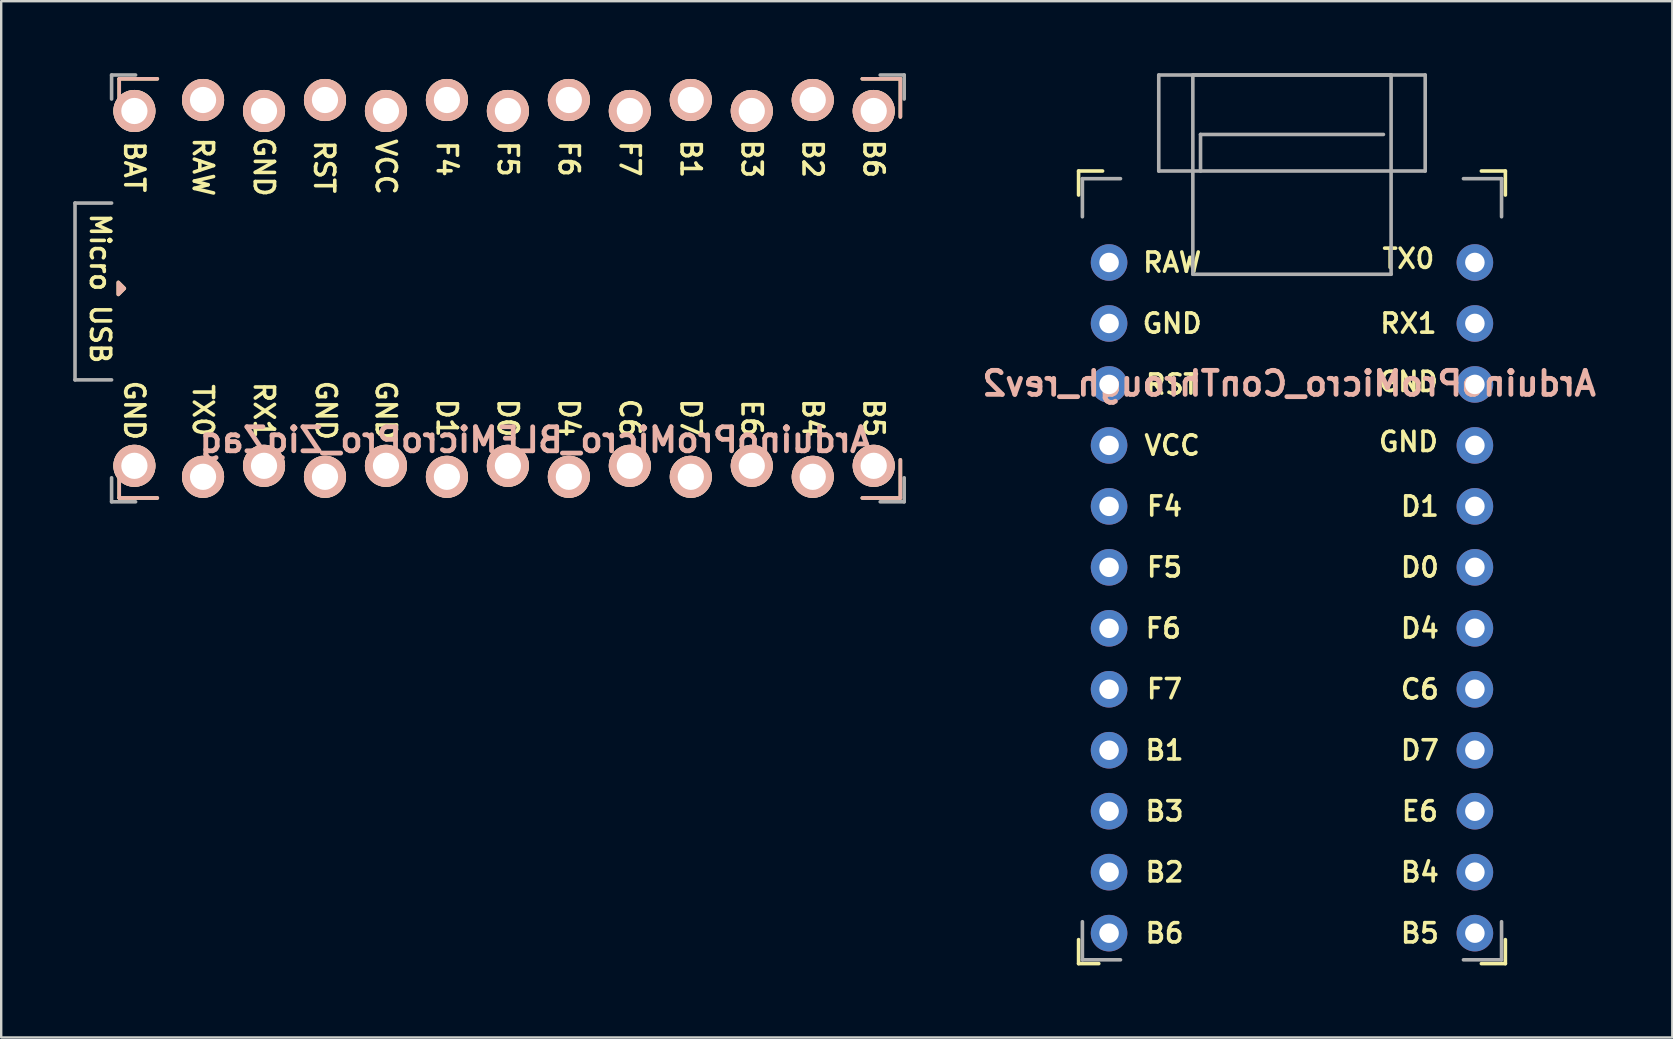
<source format=kicad_pcb>
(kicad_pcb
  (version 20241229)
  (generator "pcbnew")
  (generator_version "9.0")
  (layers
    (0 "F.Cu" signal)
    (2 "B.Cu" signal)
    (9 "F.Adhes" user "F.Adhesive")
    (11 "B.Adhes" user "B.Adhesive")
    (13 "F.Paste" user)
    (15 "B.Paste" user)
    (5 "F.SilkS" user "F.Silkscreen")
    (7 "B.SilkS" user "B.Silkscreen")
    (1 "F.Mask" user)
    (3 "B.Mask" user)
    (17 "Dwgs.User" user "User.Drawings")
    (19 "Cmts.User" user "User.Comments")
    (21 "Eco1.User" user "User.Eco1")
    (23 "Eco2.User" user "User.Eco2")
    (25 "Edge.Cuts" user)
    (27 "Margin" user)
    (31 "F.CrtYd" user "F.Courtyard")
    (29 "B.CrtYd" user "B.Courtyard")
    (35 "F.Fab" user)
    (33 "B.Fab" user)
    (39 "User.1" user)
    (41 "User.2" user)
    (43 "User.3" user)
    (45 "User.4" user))
  (footprint "ArduinoProMicro_BLEMicroPro_ZigZag"
    (layer "F.Cu")
    (at 19.379 8.965)
    (property "Reference" "ArduinoProMicro_BLEMicroPro_ZigZag" (at -0.118 6.312 0) (layer "B.SilkS") (effects (font (size 1 1) (thickness 0.2)) (justify mirror)))
    (attr through_hole)
    (fp_line (start -17.462 -8.731) (end -17.462 -7.144) (stroke (width 0.15) (type solid)) (layer "F.SilkS"))
    (fp_line (start -17.462 7.144) (end -17.462 8.731) (stroke (width 0.15) (type solid)) (layer "F.SilkS"))
    (fp_line (start -17.462 8.731) (end -15.875 8.731) (stroke (width 0.15) (type solid)) (layer "F.SilkS"))
    (fp_line (start -15.875 -8.731) (end -17.462 -8.731) (stroke (width 0.15) (type solid)) (layer "F.SilkS"))
    (fp_line (start 15.081 -8.731) (end 13.494 -8.731) (stroke (width 0.15) (type solid)) (layer "F.SilkS"))
    (fp_line (start 15.081 -7.144) (end 15.081 -8.731) (stroke (width 0.15) (type solid)) (layer "F.SilkS"))
    (fp_line (start 15.081 7.144) (end 15.081 8.731) (stroke (width 0.15) (type solid)) (layer "F.SilkS"))
    (fp_line (start 15.081 8.731) (end 13.494 8.731) (stroke (width 0.15) (type solid)) (layer "F.SilkS"))
    (fp_poly (pts (xy -17.5 -0.25) (xy -17.5 0.25) (xy -17.25 0)) (stroke (width 0.15) (type solid)) (fill yes) (layer "F.SilkS"))
    (fp_line (start -17.462 -8.731) (end -17.462 -7.144) (stroke (width 0.15) (type solid)) (layer "B.SilkS"))
    (fp_line (start -17.462 7.144) (end -17.462 8.731) (stroke (width 0.15) (type solid)) (layer "B.SilkS"))
    (fp_line (start -17.462 8.731) (end -15.875 8.731) (stroke (width 0.15) (type solid)) (layer "B.SilkS"))
    (fp_line (start -15.875 -8.731) (end -17.462 -8.731) (stroke (width 0.15) (type solid)) (layer "B.SilkS"))
    (fp_line (start 13.494 8.731) (end 15.081 8.731) (stroke (width 0.15) (type solid)) (layer "B.SilkS"))
    (fp_line (start 15.081 -8.731) (end 13.494 -8.731) (stroke (width 0.15) (type solid)) (layer "B.SilkS"))
    (fp_line (start 15.081 -7.144) (end 15.081 -8.731) (stroke (width 0.15) (type solid)) (layer "B.SilkS"))
    (fp_line (start 15.081 8.731) (end 15.081 7.144) (stroke (width 0.15) (type solid)) (layer "B.SilkS"))
    (fp_poly (pts (xy -17.5 -0.25) (xy -17.5 0.25) (xy -17.25 0)) (stroke (width 0.15) (type solid)) (fill yes) (layer "B.SilkS"))
    (fp_line (start -19.304 -3.556) (end -17.78 -3.556) (stroke (width 0.15) (type solid)) (layer "F.Fab"))
    (fp_line (start -19.304 3.81) (end -19.304 -3.556) (stroke (width 0.15) (type solid)) (layer "F.Fab"))
    (fp_line (start -17.78 -8.89) (end -17.78 -7.89) (stroke (width 0.15) (type solid)) (layer "F.Fab"))
    (fp_line (start -17.78 -8.89) (end -16.78 -8.89) (stroke (width 0.15) (type solid)) (layer "F.Fab"))
    (fp_line (start -17.78 3.81) (end -19.304 3.81) (stroke (width 0.15) (type solid)) (layer "F.Fab"))
    (fp_line (start -17.78 7.89) (end -17.78 8.89) (stroke (width 0.15) (type solid)) (layer "F.Fab"))
    (fp_line (start -17.78 8.89) (end -16.78 8.89) (stroke (width 0.15) (type solid)) (layer "F.Fab"))
    (fp_line (start 15.24 -8.89) (end 14.24 -8.89) (stroke (width 0.15) (type solid)) (layer "F.Fab"))
    (fp_line (start 15.24 -8.89) (end 15.24 -7.89) (stroke (width 0.15) (type solid)) (layer "F.Fab"))
    (fp_line (start 15.24 8.89) (end 14.24 8.89) (stroke (width 0.15) (type solid)) (layer "F.Fab"))
    (fp_line (start 15.24 8.89) (end 15.24 7.89) (stroke (width 0.15) (type solid)) (layer "F.Fab"))
    (fp_text user "F7" (at 3.81 -5.397 270) (unlocked yes) (layer "F.SilkS") (effects (font (size 0.8 0.8) (thickness 0.15))))
    (fp_text user "Micro USB" (at -18.256 0 270) (unlocked yes) (layer "F.SilkS") (effects (font (size 0.8 0.8) (thickness 0.15))))
    (fp_text user "B4" (at 11.43 5.397 270) (unlocked yes) (layer "F.SilkS") (effects (font (size 0.8 0.8) (thickness 0.15))))
    (fp_text user "F6" (at 1.27 -5.397 270) (unlocked yes) (layer "F.SilkS") (effects (font (size 0.8 0.8) (thickness 0.15))))
    (fp_text user "E6" (at 8.89 5.397 270) (unlocked yes) (layer "F.SilkS") (effects (font (size 0.8 0.8) (thickness 0.15))))
    (fp_text user "GND" (at -11.43 -5.062 270) (unlocked yes) (layer "F.SilkS") (effects (font (size 0.8 0.8) (thickness 0.15))))
    (fp_text user "F4" (at -3.81 -5.397 270) (unlocked yes) (layer "F.SilkS") (effects (font (size 0.8 0.8) (thickness 0.15))))
    (fp_text user "B5" (at 13.97 5.397 270) (unlocked yes) (layer "F.SilkS") (effects (font (size 0.8 0.8) (thickness 0.15))))
    (fp_text user "RX1" (at -11.43 5.08 270) (unlocked yes) (layer "F.SilkS") (effects (font (size 0.8 0.8) (thickness 0.15))))
    (fp_text user "B6" (at 13.97 -5.397 270) (unlocked yes) (layer "F.SilkS") (effects (font (size 0.8 0.8) (thickness 0.15))))
    (fp_text user "D0" (at -1.27 5.397 270) (unlocked yes) (layer "F.SilkS") (effects (font (size 0.8 0.8) (thickness 0.15))))
    (fp_text user "RST" (at -8.92 -5.062 270) (unlocked yes) (layer "F.SilkS") (effects (font (size 0.8 0.8) (thickness 0.15))))
    (fp_text user "BAT" (at -16.83 -5.062 270) (unlocked yes) (layer "F.SilkS") (effects (font (size 0.8 0.8) (thickness 0.15))))
    (fp_text user "B2" (at 11.43 -5.397 270) (unlocked yes) (layer "F.SilkS") (effects (font (size 0.8 0.8) (thickness 0.15))))
    (fp_text user "C6" (at 3.81 5.397 270) (unlocked yes) (layer "F.SilkS") (effects (font (size 0.8 0.8) (thickness 0.15))))
    (fp_text user "VCC" (at -6.35 -5.062 270) (unlocked yes) (layer "F.SilkS") (effects (font (size 0.8 0.8) (thickness 0.15))))
    (fp_text user "D1" (at -3.81 5.397 270) (unlocked yes) (layer "F.SilkS") (effects (font (size 0.8 0.8) (thickness 0.15))))
    (fp_text user "RAW" (at -13.97 -5.062 270) (unlocked yes) (layer "F.SilkS") (effects (font (size 0.8 0.8) (thickness 0.15))))
    (fp_text user "B1" (at 6.35 -5.397 270) (unlocked yes) (layer "F.SilkS") (effects (font (size 0.8 0.8) (thickness 0.15))))
    (fp_text user "D7" (at 6.35 5.397 270) (unlocked yes) (layer "F.SilkS") (effects (font (size 0.8 0.8) (thickness 0.15))))
    (fp_text user "GND" (at -6.35 5.08 270) (unlocked yes) (layer "F.SilkS") (effects (font (size 0.8 0.8) (thickness 0.15))))
    (fp_text user "D4" (at 1.27 5.397 270) (unlocked yes) (layer "F.SilkS") (effects (font (size 0.8 0.8) (thickness 0.15))))
    (fp_text user "GND" (at -8.849 5.08 270) (unlocked yes) (layer "F.SilkS") (effects (font (size 0.8 0.8) (thickness 0.15))))
    (fp_text user "B3" (at 8.89 -5.397 270) (unlocked yes) (layer "F.SilkS") (effects (font (size 0.8 0.8) (thickness 0.15))))
    (fp_text user "TX0" (at -13.97 5.08 270) (unlocked yes) (layer "F.SilkS") (effects (font (size 0.8 0.8) (thickness 0.15))))
    (fp_text user "F5" (at -1.27 -5.397 270) (unlocked yes) (layer "F.SilkS") (effects (font (size 0.8 0.8) (thickness 0.15))))
    (fp_text user "GND" (at -16.83 5.08 270) (unlocked yes) (layer "F.SilkS") (effects (font (size 0.8 0.8) (thickness 0.15))))
    (pad "0" thru_hole circle (at -16.83 7.391) (size 1.753 1.753) (drill 1.092) (layers "*.Cu" "*.SilkS" "*.Mask"))
    (pad "1" thru_hole circle (at -13.97 7.849) (size 1.753 1.753) (drill 1.092) (layers "*.Cu" "*.SilkS" "*.Mask"))
    (pad "2" thru_hole circle (at -11.43 7.391) (size 1.753 1.753) (drill 1.092) (layers "*.Cu" "*.SilkS" "*.Mask"))
    (pad "3" thru_hole circle (at -8.89 7.849) (size 1.753 1.753) (drill 1.092) (layers "*.Cu" "*.SilkS" "*.Mask"))
    (pad "4" thru_hole circle (at -6.35 7.391) (size 1.753 1.753) (drill 1.092) (layers "*.Cu" "*.SilkS" "*.Mask"))
    (pad "5" thru_hole circle (at -3.81 7.849) (size 1.753 1.753) (drill 1.092) (layers "*.Cu" "*.SilkS" "*.Mask"))
    (pad "6" thru_hole circle (at -1.27 7.391) (size 1.753 1.753) (drill 1.092) (layers "*.Cu" "*.SilkS" "*.Mask"))
    (pad "7" thru_hole circle (at 1.27 7.849) (size 1.753 1.753) (drill 1.092) (layers "*.Cu" "*.SilkS" "*.Mask"))
    (pad "8" thru_hole circle (at 3.81 7.391) (size 1.753 1.753) (drill 1.092) (layers "*.Cu" "*.SilkS" "*.Mask"))
    (pad "9" thru_hole circle (at 6.35 7.849) (size 1.753 1.753) (drill 1.092) (layers "*.Cu" "*.SilkS" "*.Mask"))
    (pad "10" thru_hole circle (at 8.89 7.391) (size 1.753 1.753) (drill 1.092) (layers "*.Cu" "*.SilkS" "*.Mask"))
    (pad "11" thru_hole circle (at 11.43 7.849) (size 1.753 1.753) (drill 1.092) (layers "*.Cu" "*.SilkS" "*.Mask"))
    (pad "12" thru_hole circle (at 13.97 7.391) (size 1.753 1.753) (drill 1.092) (layers "*.Cu" "*.SilkS" "*.Mask"))
    (pad "13" thru_hole circle (at 13.97 -7.391) (size 1.753 1.753) (drill 1.092) (layers "*.Cu" "*.SilkS" "*.Mask"))
    (pad "14" thru_hole circle (at 11.43 -7.849) (size 1.753 1.753) (drill 1.092) (layers "*.Cu" "*.SilkS" "*.Mask"))
    (pad "15" thru_hole circle (at 8.89 -7.391) (size 1.753 1.753) (drill 1.092) (layers "*.Cu" "*.SilkS" "*.Mask"))
    (pad "16" thru_hole circle (at 6.35 -7.849) (size 1.753 1.753) (drill 1.092) (layers "*.Cu" "*.SilkS" "*.Mask"))
    (pad "17" thru_hole circle (at 3.81 -7.391) (size 1.753 1.753) (drill 1.092) (layers "*.Cu" "*.SilkS" "*.Mask"))
    (pad "18" thru_hole circle (at 1.27 -7.849) (size 1.753 1.753) (drill 1.092) (layers "*.Cu" "*.SilkS" "*.Mask"))
    (pad "19" thru_hole circle (at -1.27 -7.391) (size 1.753 1.753) (drill 1.092) (layers "*.Cu" "*.SilkS" "*.Mask"))
    (pad "20" thru_hole circle (at -3.81 -7.849) (size 1.753 1.753) (drill 1.092) (layers "*.Cu" "*.SilkS" "*.Mask"))
    (pad "21" thru_hole circle (at -6.35 -7.391) (size 1.753 1.753) (drill 1.092) (layers "*.Cu" "*.SilkS" "*.Mask"))
    (pad "22" thru_hole circle (at -8.89 -7.849) (size 1.753 1.753) (drill 1.092) (layers "*.Cu" "*.SilkS" "*.Mask"))
    (pad "23" thru_hole circle (at -11.43 -7.391) (size 1.753 1.753) (drill 1.092) (layers "*.Cu" "*.SilkS" "*.Mask"))
    (pad "24" thru_hole circle (at -13.97 -7.849) (size 1.753 1.753) (drill 1.092) (layers "*.Cu" "*.SilkS" "*.Mask"))
    (pad "25" thru_hole circle (at -16.83 -7.391) (size 1.753 1.753) (drill 1.092) (layers "*.Cu" "*.SilkS" "*.Mask")))
  (footprint "ArduinoProMicro_ConThrough_rev2"
    (layer "F.Cu")
    (at 50.774 21.855)
    (property "Reference" "ArduinoProMicro_ConThrough_rev2" (at -0.118 -8.928 0) (layer "B.SilkS") (effects (font (size 1 1) (thickness 0.2)) (justify mirror)))
    (fp_line (start -8.89 -17.78) (end -8.89 -16.78) (stroke (width 0.15) (type solid)) (layer "F.SilkS"))
    (fp_line (start -8.89 15.24) (end -8.89 14.24) (stroke (width 0.15) (type solid)) (layer "F.SilkS"))
    (fp_line (start -8.89 15.24) (end -8.049 15.24) (stroke (width 0.15) (type solid)) (layer "F.SilkS"))
    (fp_line (start -7.89 -17.78) (end -8.89 -17.78) (stroke (width 0.15) (type solid)) (layer "F.SilkS"))
    (fp_line (start 8.89 -17.78) (end 7.89 -17.78) (stroke (width 0.15) (type solid)) (layer "F.SilkS"))
    (fp_line (start 8.89 -17.78) (end 8.89 -16.78) (stroke (width 0.15) (type solid)) (layer "F.SilkS"))
    (fp_line (start 8.89 15.24) (end 7.89 15.24) (stroke (width 0.15) (type solid)) (layer "F.SilkS"))
    (fp_line (start 8.89 15.24) (end 8.89 14.24) (stroke (width 0.15) (type solid)) (layer "F.SilkS"))
    (fp_line (start -8.731 -17.462) (end -8.731 -15.875) (stroke (width 0.15) (type solid)) (layer "F.Fab"))
    (fp_line (start -8.731 15.081) (end -8.731 13.494) (stroke (width 0.15) (type solid)) (layer "F.Fab"))
    (fp_line (start -7.144 -17.462) (end -8.731 -17.462) (stroke (width 0.15) (type solid)) (layer "F.Fab"))
    (fp_line (start -7.144 15.081) (end -8.731 15.081) (stroke (width 0.15) (type solid)) (layer "F.Fab"))
    (fp_line (start -5.55 -21.78) (end 5.55 -21.78) (stroke (width 0.15) (type solid)) (layer "F.Fab"))
    (fp_line (start -5.55 -17.78) (end -5.55 -21.78) (stroke (width 0.15) (type solid)) (layer "F.Fab"))
    (fp_line (start -5.55 -17.78) (end 5.55 -17.78) (stroke (width 0.15) (type solid)) (layer "F.Fab"))
    (fp_line (start -4.13 -21.78) (end 4.13 -21.78) (stroke (width 0.15) (type solid)) (layer "F.Fab"))
    (fp_line (start -4.13 -13.48) (end -4.13 -21.78) (stroke (width 0.15) (type solid)) (layer "F.Fab"))
    (fp_line (start -4.13 -13.48) (end 4.13 -13.48) (stroke (width 0.15) (type solid)) (layer "F.Fab"))
    (fp_line (start -3.81 -19.304) (end 3.81 -19.304) (stroke (width 0.15) (type solid)) (layer "F.Fab"))
    (fp_line (start -3.81 -17.78) (end -3.81 -19.304) (stroke (width 0.15) (type solid)) (layer "F.Fab"))
    (fp_line (start 4.13 -13.48) (end 4.13 -21.78) (stroke (width 0.15) (type solid)) (layer "F.Fab"))
    (fp_line (start 5.55 -17.78) (end 5.55 -21.78) (stroke (width 0.15) (type solid)) (layer "F.Fab"))
    (fp_line (start 7.144 15.081) (end 8.731 15.081) (stroke (width 0.15) (type solid)) (layer "F.Fab"))
    (fp_line (start 8.731 -17.462) (end 7.144 -17.462) (stroke (width 0.15) (type solid)) (layer "F.Fab"))
    (fp_line (start 8.731 -15.875) (end 8.731 -17.462) (stroke (width 0.15) (type solid)) (layer "F.Fab"))
    (fp_line (start 8.731 15.081) (end 8.731 13.494) (stroke (width 0.15) (type solid)) (layer "F.Fab"))
    (fp_text user "VCC" (at -4.991 -6.35 0) (unlocked yes) (layer "F.SilkS") (effects (font (size 0.8 0.8) (thickness 0.15))))
    (fp_text user "B1" (at -5.309 6.35 0) (unlocked yes) (layer "F.SilkS") (effects (font (size 0.8 0.8) (thickness 0.15))))
    (fp_text user "TX0" (at 4.851 -14.129 0) (unlocked yes) (layer "F.SilkS") (effects (font (size 0.8 0.8) (thickness 0.15))))
    (fp_text user "F7" (at -5.309 3.8 0) (unlocked yes) (layer "F.SilkS") (effects (font (size 0.8 0.8) (thickness 0.15))))
    (fp_text user "B5" (at 5.328 13.97 0) (unlocked yes) (layer "F.SilkS") (effects (font (size 0.8 0.8) (thickness 0.15))))
    (fp_text user "F5" (at -5.309 -1.27 0) (unlocked yes) (layer "F.SilkS") (effects (font (size 0.8 0.8) (thickness 0.15))))
    (fp_text user "GND" (at 4.851 -6.5 0) (unlocked yes) (layer "F.SilkS") (effects (font (size 0.8 0.8) (thickness 0.15))))
    (fp_text user "RST" (at -4.991 -8.89 0) (unlocked yes) (layer "F.SilkS") (effects (font (size 0.8 0.8) (thickness 0.15))))
    (fp_text user "GND" (at 4.851 -9 0) (unlocked yes) (layer "F.SilkS") (effects (font (size 0.8 0.8) (thickness 0.15))))
    (fp_text user "B6" (at -5.309 13.97 0) (unlocked yes) (layer "F.SilkS") (effects (font (size 0.8 0.8) (thickness 0.15))))
    (fp_text user "D0" (at 5.328 -1.27 0) (unlocked yes) (layer "F.SilkS") (effects (font (size 0.8 0.8) (thickness 0.15))))
    (fp_text user "B3" (at -5.309 8.89 0) (unlocked yes) (layer "F.SilkS") (effects (font (size 0.8 0.8) (thickness 0.15))))
    (fp_text user "RX1" (at 4.851 -11.43 0) (unlocked yes) (layer "F.SilkS") (effects (font (size 0.8 0.8) (thickness 0.15))))
    (fp_text user "F6" (at -5.36 1.27 0) (unlocked yes) (layer "F.SilkS") (effects (font (size 0.8 0.8) (thickness 0.15))))
    (fp_text user "RAW" (at -4.991 -13.97 0) (unlocked yes) (layer "F.SilkS") (effects (font (size 0.8 0.8) (thickness 0.15))))
    (fp_text user "D7" (at 5.328 6.35 0) (unlocked yes) (layer "F.SilkS") (effects (font (size 0.8 0.8) (thickness 0.15))))
    (fp_text user "D1" (at 5.328 -3.81 0) (unlocked yes) (layer "F.SilkS") (effects (font (size 0.8 0.8) (thickness 0.15))))
    (fp_text user "C6" (at 5.328 3.81 0) (unlocked yes) (layer "F.SilkS") (effects (font (size 0.8 0.8) (thickness 0.15))))
    (fp_text user "B4" (at 5.328 11.43 0) (unlocked yes) (layer "F.SilkS") (effects (font (size 0.8 0.8) (thickness 0.15))))
    (fp_text user "E6" (at 5.328 8.89 0) (unlocked yes) (layer "F.SilkS") (effects (font (size 0.8 0.8) (thickness 0.15))))
    (fp_text user "F4" (at -5.309 -3.81 0) (unlocked yes) (layer "F.SilkS") (effects (font (size 0.8 0.8) (thickness 0.15))))
    (fp_text user "B2" (at -5.309 11.43 0) (unlocked yes) (layer "F.SilkS") (effects (font (size 0.8 0.8) (thickness 0.15))))
    (fp_text user "GND" (at -4.991 -11.43 0) (unlocked yes) (layer "F.SilkS") (effects (font (size 0.8 0.8) (thickness 0.15))))
    (fp_text user "D4" (at 5.328 1.27 0) (unlocked yes) (layer "F.SilkS") (effects (font (size 0.8 0.8) (thickness 0.15))))
    (pad "1" thru_hole circle (at 7.62 -13.97 270) (size 1.524 1.524) (drill 0.813) (layers "*.Cu" "*.Mask"))
    (pad "2" thru_hole circle (at 7.62 -11.43 270) (size 1.524 1.524) (drill 0.813) (layers "*.Cu" "*.Mask"))
    (pad "3" thru_hole circle (at 7.62 -8.89 270) (size 1.524 1.524) (drill 0.813) (layers "*.Cu" "*.Mask"))
    (pad "4" thru_hole circle (at 7.62 -6.35 270) (size 1.524 1.524) (drill 0.813) (layers "*.Cu" "*.Mask"))
    (pad "5" thru_hole circle (at 7.62 -3.81 270) (size 1.524 1.524) (drill 0.813) (layers "*.Cu" "*.Mask"))
    (pad "6" thru_hole circle (at 7.62 -1.27 270) (size 1.524 1.524) (drill 0.813) (layers "*.Cu" "*.Mask"))
    (pad "7" thru_hole circle (at 7.62 1.27 270) (size 1.524 1.524) (drill 0.813) (layers "*.Cu" "*.Mask"))
    (pad "8" thru_hole circle (at 7.62 3.81 270) (size 1.524 1.524) (drill 0.813) (layers "*.Cu" "*.Mask"))
    (pad "9" thru_hole circle (at 7.62 6.35 270) (size 1.524 1.524) (drill 0.813) (layers "*.Cu" "*.Mask"))
    (pad "10" thru_hole circle (at 7.62 8.89 270) (size 1.524 1.524) (drill 0.813) (layers "*.Cu" "*.Mask"))
    (pad "11" thru_hole circle (at 7.62 11.43 270) (size 1.524 1.524) (drill 0.813) (layers "*.Cu" "*.Mask"))
    (pad "12" thru_hole circle (at 7.62 13.97 270) (size 1.524 1.524) (drill 0.813) (layers "*.Cu" "*.Mask"))
    (pad "13" thru_hole circle (at -7.62 13.97 270) (size 1.524 1.524) (drill 0.813) (layers "*.Cu" "*.Mask"))
    (pad "14" thru_hole circle (at -7.62 11.43 270) (size 1.524 1.524) (drill 0.813) (layers "*.Cu" "*.Mask"))
    (pad "15" thru_hole circle (at -7.62 8.89 270) (size 1.524 1.524) (drill 0.813) (layers "*.Cu" "*.Mask"))
    (pad "16" thru_hole circle (at -7.62 6.35 270) (size 1.524 1.524) (drill 0.813) (layers "*.Cu" "*.Mask"))
    (pad "17" thru_hole circle (at -7.62 3.81 270) (size 1.524 1.524) (drill 0.813) (layers "*.Cu" "*.Mask"))
    (pad "18" thru_hole circle (at -7.62 1.27 270) (size 1.524 1.524) (drill 0.813) (layers "*.Cu" "*.Mask"))
    (pad "19" thru_hole circle (at -7.62 -1.27 270) (size 1.524 1.524) (drill 0.813) (layers "*.Cu" "*.Mask"))
    (pad "20" thru_hole circle (at -7.62 -3.81 270) (size 1.524 1.524) (drill 0.813) (layers "*.Cu" "*.Mask"))
    (pad "21" thru_hole circle (at -7.62 -6.35 270) (size 1.524 1.524) (drill 0.813) (layers "*.Cu" "*.Mask"))
    (pad "22" thru_hole circle (at -7.62 -8.89 270) (size 1.524 1.524) (drill 0.813) (layers "*.Cu" "*.Mask"))
    (pad "23" thru_hole circle (at -7.62 -11.43 270) (size 1.524 1.524) (drill 0.813) (layers "*.Cu" "*.Mask"))
    (pad "24" thru_hole circle (at -7.62 -13.97 270) (size 1.524 1.524) (drill 0.813) (layers "*.Cu" "*.Mask")))
  (gr_rect
    (start -3 -3)
    (end 66.618 40.17)
    (stroke (width 0.1) (type default))
    (fill no)
    (layer "Edge.Cuts")))
</source>
